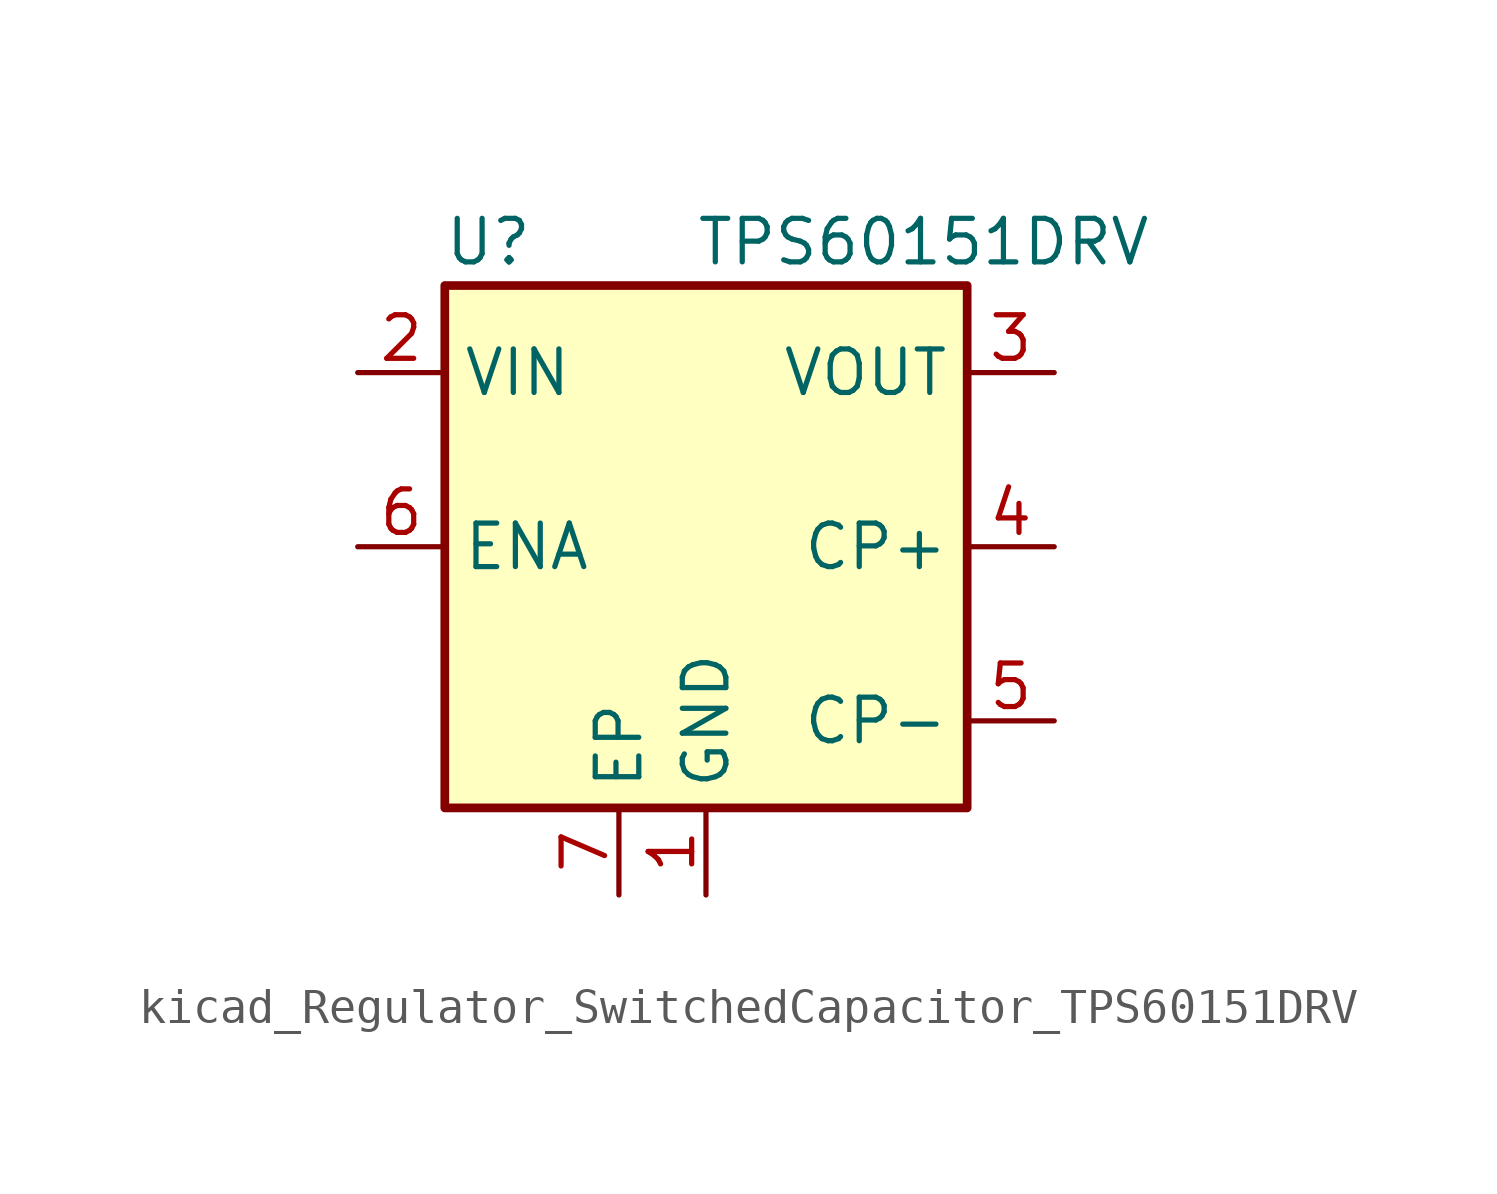
<source format=kicad_sym>
(kicad_symbol_lib
  (version 20220914)
  (generator kicad_symbol_editor)
  (symbol "kicad_Regulator_SwitchedCapacitor_TPS60151DRV"
    (property "Reference" "U"
      (at -6.35 8.89 0)
      (effects (font (size 1.27 1.27))))
    (property "Value" "TPS60151DRV"
      (at 6.35 8.89 0)
      (effects (font (size 1.27 1.27))))
    (symbol "kicad_Regulator_SwitchedCapacitor_TPS60151DRV_0_1"
      (rectangle (start -7.62 7.62) (end 7.62 -7.62) (stroke (width 0.254) (type default)) (fill (type background))))
    (symbol "kicad_Regulator_SwitchedCapacitor_TPS60151DRV_1_1"
      (pin power_in line (at 0 -10.16 90) (length 2.54) (name "GND" (effects (font (size 1.27 1.27)))) (number "1" (effects (font (size 1.27 1.27)))))
      (pin power_in line (at -10.16 5.08 0) (length 2.54) (name "VIN" (effects (font (size 1.27 1.27)))) (number "2" (effects (font (size 1.27 1.27)))))
      (pin power_out line (at 10.16 5.08 180) (length 2.54) (name "VOUT" (effects (font (size 1.27 1.27)))) (number "3" (effects (font (size 1.27 1.27)))))
      (pin passive line (at 10.16 0 180) (length 2.54) (name "CP+" (effects (font (size 1.27 1.27)))) (number "4" (effects (font (size 1.27 1.27)))))
      (pin passive line (at 10.16 -5.08 180) (length 2.54) (name "CP-" (effects (font (size 1.27 1.27)))) (number "5" (effects (font (size 1.27 1.27)))))
      (pin input line (at -10.16 0 0) (length 2.54) (name "ENA" (effects (font (size 1.27 1.27)))) (number "6" (effects (font (size 1.27 1.27)))))
      (pin passive line (at -2.54 -10.16 90) (length 2.54) (name "EP" (effects (font (size 1.27 1.27)))) (number "7" (effects (font (size 1.27 1.27))))))))
</source>
